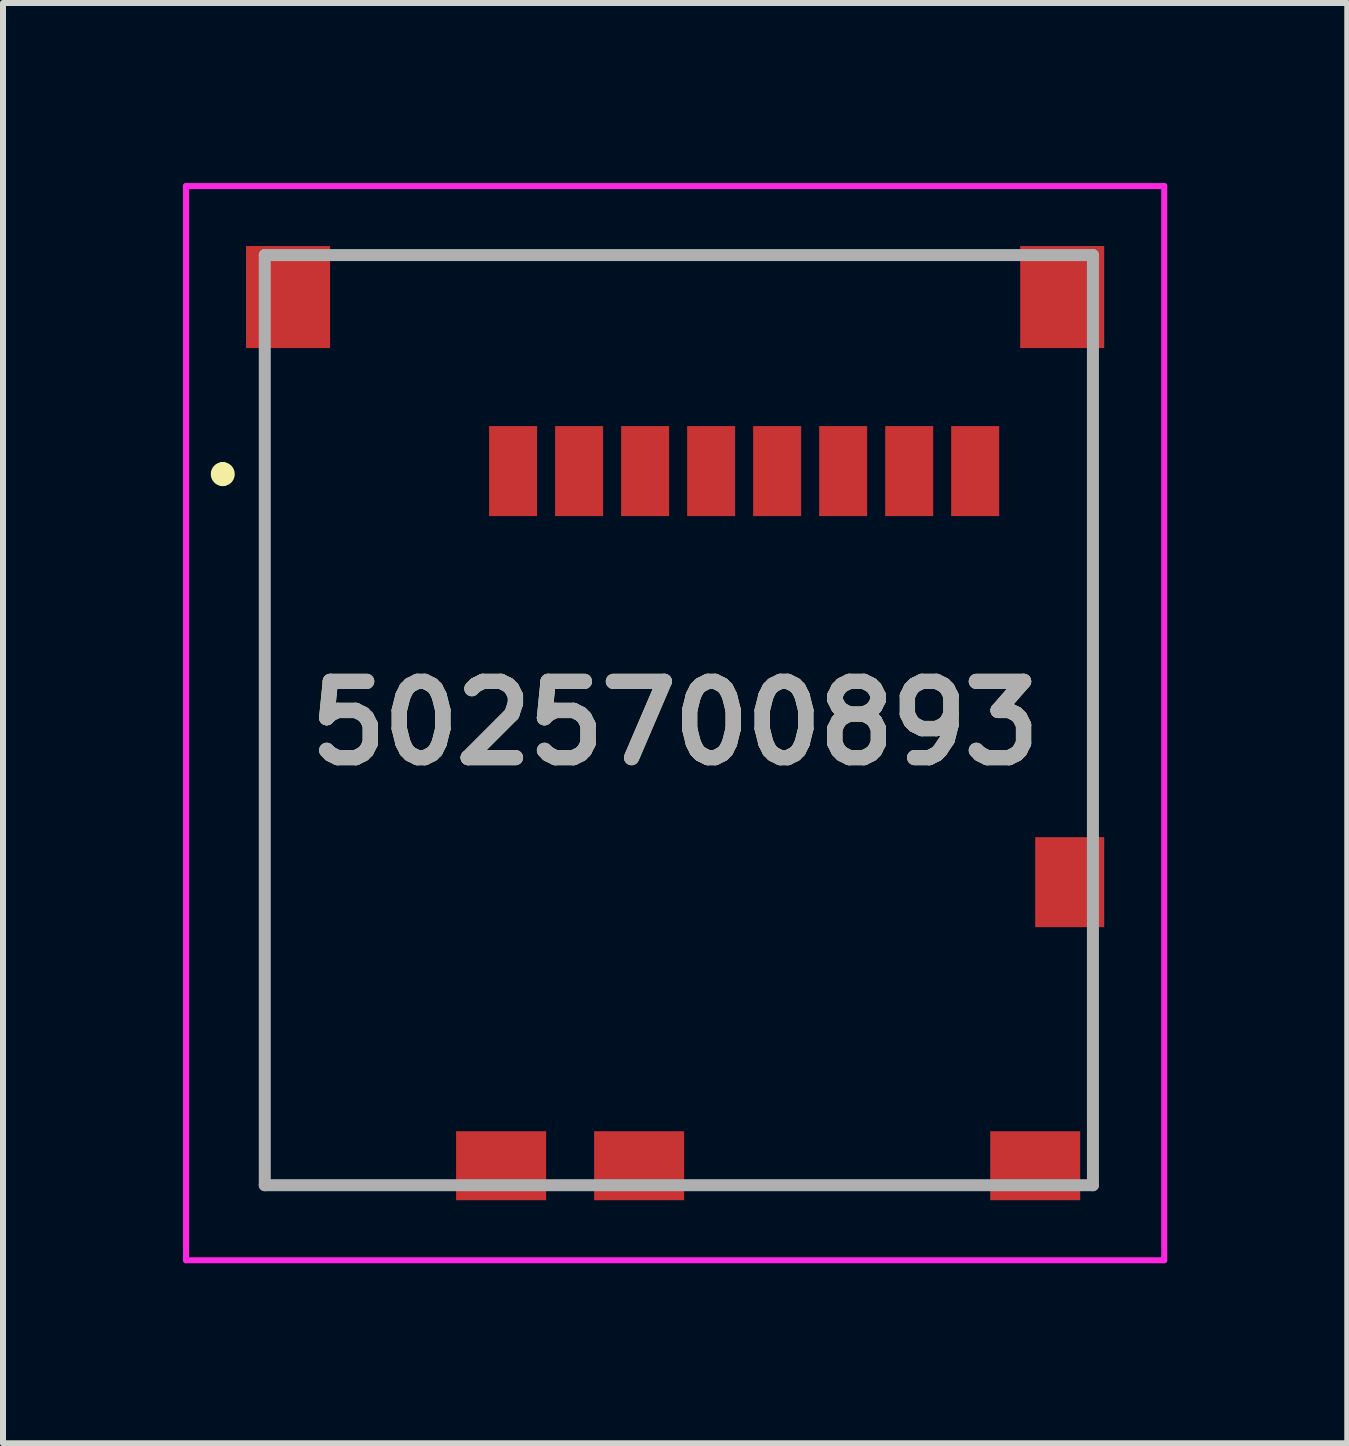
<source format=kicad_pcb>
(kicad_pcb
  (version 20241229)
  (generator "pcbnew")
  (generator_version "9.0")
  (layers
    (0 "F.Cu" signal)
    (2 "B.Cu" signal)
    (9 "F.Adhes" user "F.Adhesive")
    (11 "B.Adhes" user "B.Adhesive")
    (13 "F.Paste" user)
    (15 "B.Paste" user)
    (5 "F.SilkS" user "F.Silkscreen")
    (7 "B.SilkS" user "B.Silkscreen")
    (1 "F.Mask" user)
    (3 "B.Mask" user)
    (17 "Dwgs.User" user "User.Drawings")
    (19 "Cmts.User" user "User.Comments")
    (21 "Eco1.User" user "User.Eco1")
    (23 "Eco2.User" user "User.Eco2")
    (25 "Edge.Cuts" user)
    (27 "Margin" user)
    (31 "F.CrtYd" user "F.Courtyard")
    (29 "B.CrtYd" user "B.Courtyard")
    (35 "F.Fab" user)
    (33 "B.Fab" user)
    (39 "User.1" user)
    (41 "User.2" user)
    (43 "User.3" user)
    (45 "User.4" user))
  (footprint "5025700893"
    (layer "F.Cu")
    (at 8.262 8.95)
    (property "Reference" "5025700893" (at -0.062 0.05 0) (layer "F.SilkS") (effects (font (size 1.27 1.27) (thickness 0.254))))
    (attr smd)
    (fp_line (start -7.6 -4.2) (end -7.6 -4.2) (stroke (width 0.2) (type solid)) (layer "F.SilkS"))
    (fp_line (start -7.6 -4) (end -7.6 -4) (stroke (width 0.2) (type solid)) (layer "F.SilkS"))
    (fp_line (start -6.9 -5.8) (end -6.9 7.75) (stroke (width 0.1) (type solid)) (layer "F.SilkS"))
    (fp_line (start -6.9 7.75) (end -4.2 7.75) (stroke (width 0.1) (type solid)) (layer "F.SilkS"))
    (fp_line (start -5.4 -7.75) (end 5.4 -7.75) (stroke (width 0.1) (type solid)) (layer "F.SilkS"))
    (fp_line (start 0.537 7.75) (end 4.8 7.75) (stroke (width 0.1) (type solid)) (layer "F.SilkS"))
    (fp_line (start 6.9 -5.8) (end 6.9 1.6) (stroke (width 0.1) (type solid)) (layer "F.SilkS"))
    (fp_line (start 6.9 3.8) (end 6.9 6.4) (stroke (width 0.1) (type solid)) (layer "F.SilkS"))
    (fp_arc (start -7.6 -4.2) (mid -7.5 -4.1) (end -7.6 -4) (stroke (width 0.2) (type solid)) (layer "F.SilkS"))
    (fp_arc (start -7.6 -4) (mid -7.7 -4.1) (end -7.6 -4.2) (stroke (width 0.2) (type solid)) (layer "F.SilkS"))
    (fp_line (start -8.212 -8.9) (end 8.088 -8.9) (stroke (width 0.1) (type solid)) (layer "F.CrtYd"))
    (fp_line (start -8.212 9) (end -8.212 -8.9) (stroke (width 0.1) (type solid)) (layer "F.CrtYd"))
    (fp_line (start 8.088 -8.9) (end 8.088 9) (stroke (width 0.1) (type solid)) (layer "F.CrtYd"))
    (fp_line (start 8.088 9) (end -8.212 9) (stroke (width 0.1) (type solid)) (layer "F.CrtYd"))
    (fp_line (start -6.9 -7.75) (end 6.9 -7.75) (stroke (width 0.2) (type solid)) (layer "F.Fab"))
    (fp_line (start -6.9 7.75) (end -6.9 -7.75) (stroke (width 0.2) (type solid)) (layer "F.Fab"))
    (fp_line (start 6.9 -7.75) (end 6.9 7.75) (stroke (width 0.2) (type solid)) (layer "F.Fab"))
    (fp_line (start 6.9 7.75) (end -6.9 7.75) (stroke (width 0.2) (type solid)) (layer "F.Fab"))
    (fp_text user "${REFERENCE}" (at -0.062 0.05 0) (layer "F.Fab") (effects (font (size 1.27 1.27) (thickness 0.254))))
    (pad "1" smd rect (at -2.762 -4.15) (size 0.8 1.5) (layers "F.Cu" "F.Mask" "F.Paste"))
    (pad "2" smd rect (at -1.662 -4.15) (size 0.8 1.5) (layers "F.Cu" "F.Mask" "F.Paste"))
    (pad "3" smd rect (at -0.562 -4.15) (size 0.8 1.5) (layers "F.Cu" "F.Mask" "F.Paste"))
    (pad "4" smd rect (at 0.538 -4.15) (size 0.8 1.5) (layers "F.Cu" "F.Mask" "F.Paste"))
    (pad "5" smd rect (at 1.638 -4.15) (size 0.8 1.5) (layers "F.Cu" "F.Mask" "F.Paste"))
    (pad "6" smd rect (at 2.738 -4.15) (size 0.8 1.5) (layers "F.Cu" "F.Mask" "F.Paste"))
    (pad "7" smd rect (at 3.838 -4.15) (size 0.8 1.5) (layers "F.Cu" "F.Mask" "F.Paste"))
    (pad "8" smd rect (at 4.938 -4.15) (size 0.8 1.5) (layers "F.Cu" "F.Mask" "F.Paste"))
    (pad "DL1" smd rect (at 6.513 2.7) (size 1.15 1.5) (layers "F.Cu" "F.Mask" "F.Paste"))
    (pad "DS1" smd rect (at -0.662 7.425 90) (size 1.15 1.5) (layers "F.Cu" "F.Mask" "F.Paste"))
    (pad "SM1" smd rect (at 6.388 -7.05) (size 1.4 1.7) (layers "F.Cu" "F.Mask" "F.Paste"))
    (pad "SM2" smd rect (at -6.512 -7.05) (size 1.4 1.7) (layers "F.Cu" "F.Mask" "F.Paste"))
    (pad "SM3" smd rect (at -2.962 7.425 90) (size 1.15 1.5) (layers "F.Cu" "F.Mask" "F.Paste"))
    (pad "SM4" smd rect (at 5.938 7.425 90) (size 1.15 1.5) (layers "F.Cu" "F.Mask" "F.Paste")))
  (gr_rect
    (start -3 -3)
    (end 19.4 21)
    (stroke (width 0.1) (type default))
    (fill no)
    (layer "Edge.Cuts")))
</source>
